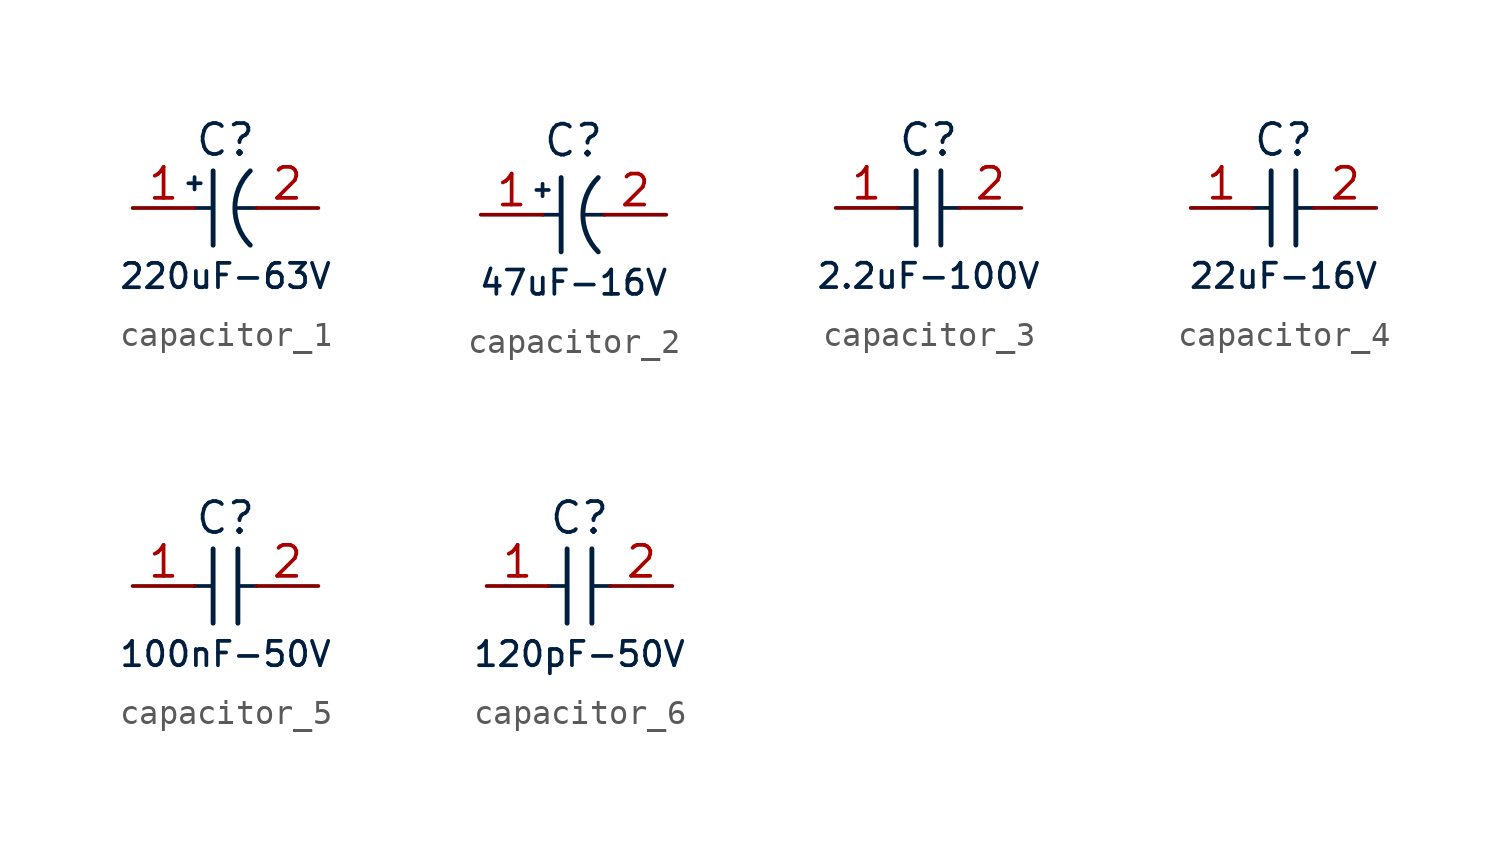
<source format=kicad_sym>
(kicad_symbol_lib
  (version 20241209)
  (generator "kicad_symbol_editor")
  (generator_version "9.0")
  (symbol "capacitor_1"
    (pin_names
      (offset 1.016)
      (hide yes))
    (property "Reference" "C"
      (at 1.27 2.794 0)
      (effects (font (size 1.27 1.27) (color 0 31 63 1))))
    (property "Value" "220uF-63V"
      (at 1.27 -2.794 0)
      (effects (font (size 1 1) (color 0 31 63 1))))
    (symbol "capacitor_1_1_1"
      (polyline (pts (xy 0 1.27) (xy 0 0.762)) (stroke (width 0) (type default) (color 0 31 63 1)) (fill (type none)))
      (polyline (pts (xy 0 0) (xy 0.762 0)) (stroke (width 0) (type default) (color 0 31 63 1)) (fill (type none)))
      (polyline (pts (xy 0.254 1.016) (xy -0.254 1.016)) (stroke (width 0) (type default) (color 0 31 63 1)) (fill (type none)))
      (polyline (pts (xy 0.762 1.524) (xy 0.762 0) (xy 0.762 -1.524)) (stroke (width 0.2) (type solid) (color 0 31 63 1)) (fill (type none)))
      (polyline (pts (xy 2.54 0) (xy 1.778 0)) (stroke (width 0) (type default) (color 0 31 63 1)) (fill (type none)))
      (arc (start 2.2861 -1.524) (mid 1.6548 0) (end 2.2861 1.524) (stroke (width 0.2) (type solid) (color 0 31 63 1)) (fill (type none)))
      (pin unspecified line (at -2.54 0 0) (length 2.54) (name "1" (effects (font (size 1.27 1.27)))) (number "1" (effects (font (size 1.27 1.27)))))
      (pin unspecified line (at 5.08 0 180) (length 2.54) (name "2" (effects (font (size 1.27 1.27)))) (number "2" (effects (font (size 1.27 1.27)))))))
  (symbol "capacitor_2"
    (pin_names
      (offset 1.016)
      (hide yes))
    (property "Reference" "C"
      (at 1.27 3.048 0)
      (effects (font (size 1.27 1.27) (color 0 31 63 1))))
    (property "Value" "47uF-16V"
      (at 1.27 -2.794 0)
      (effects (font (size 1 1) (color 0 31 63 1))))
    (symbol "capacitor_2_1_1"
      (polyline (pts (xy 0 1.27) (xy 0 0.762)) (stroke (width 0) (type default) (color 0 31 63 1)) (fill (type none)))
      (polyline (pts (xy 0 0) (xy 0.762 0)) (stroke (width 0) (type default) (color 0 31 63 1)) (fill (type none)))
      (polyline (pts (xy 0.254 1.016) (xy -0.254 1.016)) (stroke (width 0) (type default) (color 0 31 63 1)) (fill (type none)))
      (polyline (pts (xy 0.762 1.524) (xy 0.762 0) (xy 0.762 -1.524)) (stroke (width 0.2) (type solid) (color 0 31 63 1)) (fill (type none)))
      (polyline (pts (xy 2.54 0) (xy 1.778 0)) (stroke (width 0) (type default) (color 0 31 63 1)) (fill (type none)))
      (arc (start 2.2861 -1.524) (mid 1.6548 0) (end 2.2861 1.524) (stroke (width 0.2) (type solid) (color 0 31 63 1)) (fill (type none)))
      (pin unspecified line (at -2.54 0 0) (length 2.54) (name "1" (effects (font (size 1.27 1.27)))) (number "1" (effects (font (size 1.27 1.27)))))
      (pin unspecified line (at 5.08 0 180) (length 2.54) (name "2" (effects (font (size 1.27 1.27)))) (number "2" (effects (font (size 1.27 1.27)))))))
  (symbol "capacitor_3"
    (pin_names
      (offset 1.016)
      (hide yes))
    (property "Reference" "C"
      (at 1.27 2.794 0)
      (effects (font (size 1.27 1.27) (color 0 31 63 1))))
    (property "Value" "2.2uF-100V"
      (at 1.27 -2.794 0)
      (effects (font (size 1 1) (color 0 31 63 1))))
    (symbol "capacitor_3_1_1"
      (polyline (pts (xy 0 0) (xy 0.762 0)) (stroke (width 0) (type default) (color 0 31 63 1)) (fill (type none)))
      (polyline (pts (xy 0.762 1.524) (xy 0.762 0) (xy 0.762 -1.524)) (stroke (width 0.2) (type solid) (color 0 31 63 1)) (fill (type none)))
      (polyline (pts (xy 1.778 1.524) (xy 1.778 0) (xy 1.778 -1.524)) (stroke (width 0.2) (type solid) (color 0 31 63 1)) (fill (type none)))
      (polyline (pts (xy 2.54 0) (xy 1.778 0)) (stroke (width 0) (type default) (color 0 31 63 1)) (fill (type none)))
      (pin unspecified line (at -2.54 0 0) (length 2.54) (name "1" (effects (font (size 1.27 1.27)))) (number "1" (effects (font (size 1.27 1.27)))))
      (pin unspecified line (at 5.08 0 180) (length 2.54) (name "2" (effects (font (size 1.27 1.27)))) (number "2" (effects (font (size 1.27 1.27)))))))
  (symbol "capacitor_4"
    (pin_names
      (offset 1.016)
      (hide yes))
    (property "Reference" "C"
      (at 1.27 2.794 0)
      (effects (font (size 1.27 1.27) (color 0 31 63 1))))
    (property "Value" "22uF-16V"
      (at 1.27 -2.794 0)
      (effects (font (size 1 1) (color 0 31 63 1))))
    (symbol "capacitor_4_1_1"
      (polyline (pts (xy 0 0) (xy 0.762 0)) (stroke (width 0) (type default) (color 0 31 63 1)) (fill (type none)))
      (polyline (pts (xy 0.762 1.524) (xy 0.762 0) (xy 0.762 -1.524)) (stroke (width 0.2) (type solid) (color 0 31 63 1)) (fill (type none)))
      (polyline (pts (xy 1.778 1.524) (xy 1.778 0) (xy 1.778 -1.524)) (stroke (width 0.2) (type solid) (color 0 31 63 1)) (fill (type none)))
      (polyline (pts (xy 2.54 0) (xy 1.778 0)) (stroke (width 0) (type default) (color 0 31 63 1)) (fill (type none)))
      (pin unspecified line (at -2.54 0 0) (length 2.54) (name "1" (effects (font (size 1.27 1.27)))) (number "1" (effects (font (size 1.27 1.27)))))
      (pin unspecified line (at 5.08 0 180) (length 2.54) (name "2" (effects (font (size 1.27 1.27)))) (number "2" (effects (font (size 1.27 1.27)))))))
  (symbol "capacitor_5"
    (pin_names
      (offset 1.016)
      (hide yes))
    (property "Reference" "C"
      (at 1.27 2.794 0)
      (effects (font (size 1.27 1.27) (color 0 31 63 1))))
    (property "Value" "100nF-50V"
      (at 1.27 -2.794 0)
      (effects (font (size 1 1) (color 0 31 63 1))))
    (symbol "capacitor_5_1_1"
      (polyline (pts (xy 0 0) (xy 0.762 0)) (stroke (width 0) (type default) (color 0 31 63 1)) (fill (type none)))
      (polyline (pts (xy 0.762 1.524) (xy 0.762 0) (xy 0.762 -1.524)) (stroke (width 0.2) (type solid) (color 0 31 63 1)) (fill (type none)))
      (polyline (pts (xy 1.778 1.524) (xy 1.778 0) (xy 1.778 -1.524)) (stroke (width 0.2) (type solid) (color 0 31 63 1)) (fill (type none)))
      (polyline (pts (xy 2.54 0) (xy 1.778 0)) (stroke (width 0) (type default) (color 0 31 63 1)) (fill (type none)))
      (pin unspecified line (at -2.54 0 0) (length 2.54) (name "1" (effects (font (size 1.27 1.27)))) (number "1" (effects (font (size 1.27 1.27)))))
      (pin unspecified line (at 5.08 0 180) (length 2.54) (name "2" (effects (font (size 1.27 1.27)))) (number "2" (effects (font (size 1.27 1.27)))))))
  (symbol "capacitor_6"
    (pin_names
      (offset 1.016)
      (hide yes))
    (property "Reference" "C"
      (at 1.27 2.794 0)
      (effects (font (size 1.27 1.27) (color 0 31 63 1))))
    (property "Value" "120pF-50V"
      (at 1.27 -2.794 0)
      (effects (font (size 1 1) (color 0 31 63 1))))
    (symbol "capacitor_6_1_1"
      (polyline (pts (xy 0 0) (xy 0.762 0)) (stroke (width 0) (type default) (color 0 31 63 1)) (fill (type none)))
      (polyline (pts (xy 0.762 1.524) (xy 0.762 0) (xy 0.762 -1.524)) (stroke (width 0.2) (type solid) (color 0 31 63 1)) (fill (type none)))
      (polyline (pts (xy 1.778 1.524) (xy 1.778 0) (xy 1.778 -1.524)) (stroke (width 0.2) (type solid) (color 0 31 63 1)) (fill (type none)))
      (polyline (pts (xy 2.54 0) (xy 1.778 0)) (stroke (width 0) (type default) (color 0 31 63 1)) (fill (type none)))
      (pin unspecified line (at -2.54 0 0) (length 2.54) (name "1" (effects (font (size 1.27 1.27)))) (number "1" (effects (font (size 1.27 1.27)))))
      (pin unspecified line (at 5.08 0 180) (length 2.54) (name "2" (effects (font (size 1.27 1.27)))) (number "2" (effects (font (size 1.27 1.27))))))))
</source>
